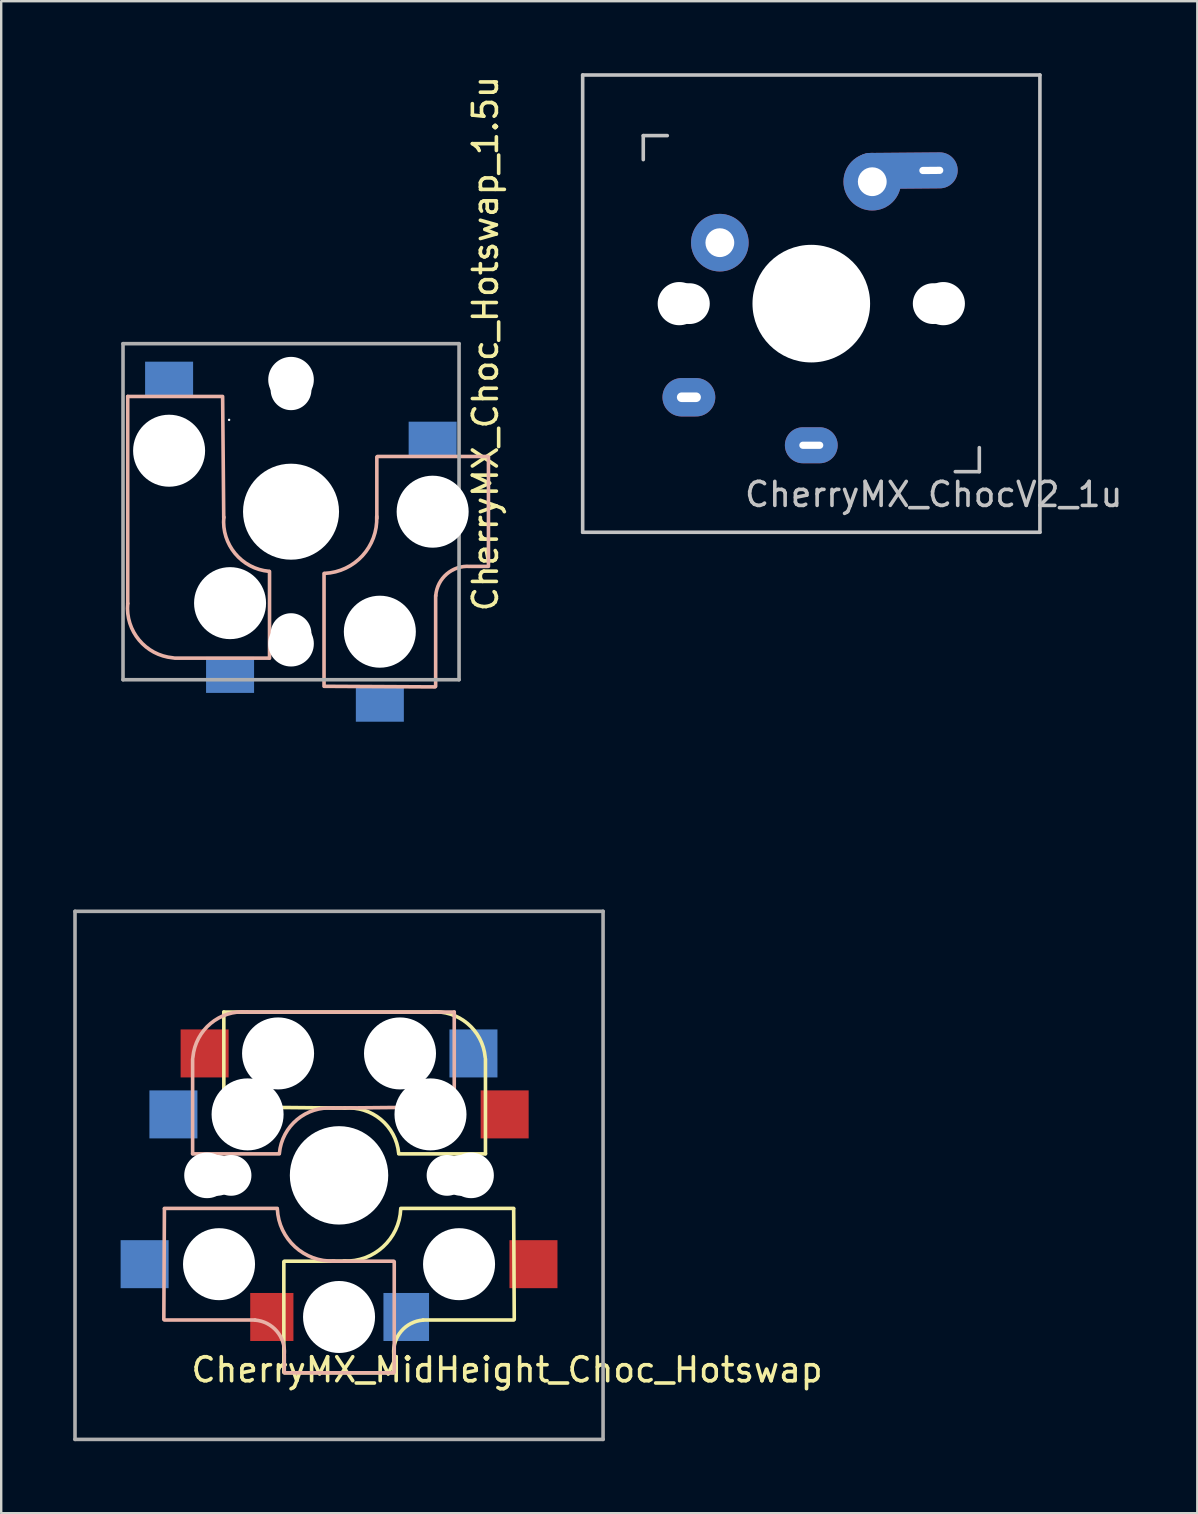
<source format=kicad_pcb>
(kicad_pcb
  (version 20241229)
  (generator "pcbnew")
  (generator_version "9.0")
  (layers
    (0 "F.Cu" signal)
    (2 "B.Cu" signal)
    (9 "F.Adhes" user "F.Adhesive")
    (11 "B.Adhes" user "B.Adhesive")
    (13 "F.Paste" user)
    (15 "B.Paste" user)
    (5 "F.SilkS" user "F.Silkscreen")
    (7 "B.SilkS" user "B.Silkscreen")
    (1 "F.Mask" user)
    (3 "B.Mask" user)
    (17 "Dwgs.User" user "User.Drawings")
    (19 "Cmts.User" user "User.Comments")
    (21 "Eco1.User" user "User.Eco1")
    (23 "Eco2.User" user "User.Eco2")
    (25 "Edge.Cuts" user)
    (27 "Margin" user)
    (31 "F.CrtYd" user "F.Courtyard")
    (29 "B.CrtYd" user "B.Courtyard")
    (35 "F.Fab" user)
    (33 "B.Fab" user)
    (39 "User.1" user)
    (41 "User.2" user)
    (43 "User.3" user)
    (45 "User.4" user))
  (footprint "CherryMX_ChocV2_1u"
    (layer "F.Cu")
    (at 30.75 9.6)
    (property "Reference" "CherryMX_ChocV2_1u" (at 5.1 7.95 180) (layer "Dwgs.User") (effects (font (size 1 1) (thickness 0.15))))
    (attr through_hole)
    (fp_line (start -9.525 -9.525) (end 9.525 -9.525) (stroke (width 0.15) (type solid)) (layer "Dwgs.User"))
    (fp_line (start -9.525 9.525) (end -9.525 -9.525) (stroke (width 0.15) (type solid)) (layer "Dwgs.User"))
    (fp_line (start -7 -7) (end -6 -7) (stroke (width 0.15) (type solid)) (layer "Dwgs.User"))
    (fp_line (start -7 -6) (end -7 -7) (stroke (width 0.15) (type solid)) (layer "Dwgs.User"))
    (fp_line (start 6 7) (end 7 7) (stroke (width 0.15) (type solid)) (layer "Dwgs.User"))
    (fp_line (start 7 7) (end 7 6) (stroke (width 0.15) (type solid)) (layer "Dwgs.User"))
    (fp_line (start 9.525 -9.525) (end 9.525 9.525) (stroke (width 0.15) (type solid)) (layer "Dwgs.User"))
    (fp_line (start 9.525 9.525) (end -9.525 9.525) (stroke (width 0.15) (type solid)) (layer "Dwgs.User"))
    (pad "" np_thru_hole circle (at -5.5 0 90) (size 1.8 1.8) (drill 1.8) (layers "*.Cu" "*.Mask"))
    (pad "" np_thru_hole circle (at -5.08 0) (size 1.7 1.7) (drill 1.7) (layers "*.Cu" "*.Mask"))
    (pad "" np_thru_hole circle (at 0 0 90) (size 4.9 4.9) (drill 4.9) (layers "*.Cu" "*.Mask"))
    (pad "" np_thru_hole circle (at 5.08 0) (size 1.7 1.7) (drill 1.7) (layers "*.Cu" "*.Mask"))
    (pad "" np_thru_hole circle (at 5.5 0 90) (size 1.8 1.8) (drill 1.8) (layers "*.Cu" "*.Mask"))
    (pad "1" thru_hole oval (at -5.1 3.9) (size 2.2 1.6) (drill oval 1 0.4) (layers "*.Cu" "B.Mask"))
    (pad "1" thru_hole circle (at -3.81 -2.54) (size 2.4 2.4) (drill 1.2) (layers "*.Cu" "B.Mask"))
    (pad "2" thru_hole oval (at 0 5.9) (size 2.2 1.5) (drill oval 1 0.3) (layers "*.Cu" "B.Mask"))
    (pad "2" thru_hole circle (at 2.54 -5.08) (size 2.4 2.4) (drill 1.2) (layers "*.Cu" "B.Mask"))
    (pad "2" thru_hole oval (at 5 -5.55 0.5) (size 4.4 1.5) (drill oval 1 0.3 (offset -1.1 0)) (layers "*.Cu" "B.Mask")))
  (footprint "CherryMX_MidHeight_Choc_Hotswap"
    (layer "F.Cu")
    (at 11.075 45.918)
    (property "Reference" "CherryMX_MidHeight_Choc_Hotswap" (at 7 8.1 0) (layer "F.SilkS") (effects (font (size 1 1) (thickness 0.15))))
    (attr through_hole)
    (fp_line (start -4.8 -6.804) (end 3.825 -6.804) (stroke (width 0.15) (type solid)) (layer "F.SilkS"))
    (fp_line (start -4.8 -2.896) (end -4.8 -6.804) (stroke (width 0.15) (type solid)) (layer "F.SilkS"))
    (fp_line (start -4.8 -2.85) (end 0.25 -2.804) (stroke (width 0.15) (type solid)) (layer "F.SilkS"))
    (fp_line (start -2.3 3.6) (end -2.3 8.2) (stroke (width 0.15) (type solid)) (layer "F.SilkS"))
    (fp_line (start -2.275 3.575) (end 0.275 3.575) (stroke (width 0.15) (type solid)) (layer "F.SilkS"))
    (fp_line (start -2.275 8.225) (end 2.275 8.225) (stroke (width 0.15) (type solid)) (layer "F.SilkS"))
    (fp_line (start 2.28 7.5) (end 2.28 8.2) (stroke (width 0.15) (type solid)) (layer "F.SilkS"))
    (fp_line (start 2.575 1.375) (end 7.275 1.375) (stroke (width 0.15) (type solid)) (layer "F.SilkS"))
    (fp_line (start 3.5 6.025) (end 7.275 6.025) (stroke (width 0.15) (type solid)) (layer "F.SilkS"))
    (fp_line (start 6.1 -4.85) (end 6.1 -0.905) (stroke (width 0.15) (type solid)) (layer "F.SilkS"))
    (fp_line (start 6.1 -0.896) (end 2.49 -0.896) (stroke (width 0.15) (type solid)) (layer "F.SilkS"))
    (fp_line (start 7.275 1.4) (end 7.3 6) (stroke (width 0.15) (type solid)) (layer "F.SilkS"))
    (fp_arc (start 0.225 -2.8) (mid 1.744361 -2.328061) (end 2.485 -0.92) (stroke (width 0.15) (type solid)) (layer "F.SilkS"))
    (fp_arc (start 2.28 7.45) (mid 2.595908 6.48733) (end 3.5 6.03) (stroke (width 0.15) (type solid)) (layer "F.SilkS"))
    (fp_arc (start 2.57 1.4) (mid 1.834422 2.975843) (end 0.2 3.57) (stroke (width 0.15) (type solid)) (layer "F.SilkS"))
    (fp_arc (start 3.825 -6.804) (mid 5.347189 -6.33089) (end 6.089 -4.92) (stroke (width 0.15) (type solid)) (layer "F.SilkS"))
    (fp_line (start -7.275 1.4) (end -7.3 6) (stroke (width 0.15) (type solid)) (layer "B.SilkS"))
    (fp_line (start -6.1 -4.85) (end -6.1 -0.905) (stroke (width 0.15) (type solid)) (layer "B.SilkS"))
    (fp_line (start -6.1 -0.896) (end -2.49 -0.896) (stroke (width 0.15) (type solid)) (layer "B.SilkS"))
    (fp_line (start -3.5 6.025) (end -7.275 6.025) (stroke (width 0.15) (type solid)) (layer "B.SilkS"))
    (fp_line (start -2.575 1.375) (end -7.275 1.375) (stroke (width 0.15) (type solid)) (layer "B.SilkS"))
    (fp_line (start -2.28 7.5) (end -2.28 8.2) (stroke (width 0.15) (type solid)) (layer "B.SilkS"))
    (fp_line (start 2.275 3.575) (end -0.275 3.575) (stroke (width 0.15) (type solid)) (layer "B.SilkS"))
    (fp_line (start 2.275 8.225) (end -2.275 8.225) (stroke (width 0.15) (type solid)) (layer "B.SilkS"))
    (fp_line (start 2.3 3.6) (end 2.3 8.2) (stroke (width 0.15) (type solid)) (layer "B.SilkS"))
    (fp_line (start 4.8 -6.804) (end -3.825 -6.804) (stroke (width 0.15) (type solid)) (layer "B.SilkS"))
    (fp_line (start 4.8 -2.896) (end 4.8 -6.804) (stroke (width 0.15) (type solid)) (layer "B.SilkS"))
    (fp_line (start 4.8 -2.85) (end -0.25 -2.804) (stroke (width 0.15) (type solid)) (layer "B.SilkS"))
    (fp_arc (start -6.089 -4.92) (mid -5.347189 -6.33089) (end -3.825 -6.804) (stroke (width 0.15) (type solid)) (layer "B.SilkS"))
    (fp_arc (start -3.5 6.03) (mid -2.595908 6.48733) (end -2.28 7.45) (stroke (width 0.15) (type solid)) (layer "B.SilkS"))
    (fp_arc (start -2.485 -0.92) (mid -1.744361 -2.328061) (end -0.225 -2.8) (stroke (width 0.15) (type solid)) (layer "B.SilkS"))
    (fp_arc (start -0.2 3.57) (mid -1.834422 2.975843) (end -2.57 1.4) (stroke (width 0.15) (type solid)) (layer "B.SilkS"))
    (fp_line (start -9 -9) (end 9 -9) (stroke (width 0.15) (type solid)) (layer "Eco2.User"))
    (fp_line (start -9 9) (end -9 -9) (stroke (width 0.15) (type solid)) (layer "Eco2.User"))
    (fp_line (start -7 -7) (end 7 -7) (stroke (width 0.15) (type solid)) (layer "Eco2.User"))
    (fp_line (start -7 7) (end -7 -7) (stroke (width 0.15) (type solid)) (layer "Eco2.User"))
    (fp_line (start 7 -7) (end 7 7) (stroke (width 0.15) (type solid)) (layer "Eco2.User"))
    (fp_line (start 7 7) (end -7 7) (stroke (width 0.15) (type solid)) (layer "Eco2.User"))
    (fp_line (start 9 -9) (end 9 9) (stroke (width 0.15) (type solid)) (layer "Eco2.User"))
    (fp_line (start 9 9) (end -9 9) (stroke (width 0.15) (type solid)) (layer "Eco2.User"))
    (fp_line (start -11 -11) (end -11 11) (stroke (width 0.15) (type solid)) (layer "F.Fab"))
    (fp_line (start -11 11) (end 11 11) (stroke (width 0.15) (type solid)) (layer "F.Fab"))
    (fp_line (start 11 -11) (end -11 -11) (stroke (width 0.15) (type solid)) (layer "F.Fab"))
    (fp_line (start 11 11) (end 11 -11) (stroke (width 0.15) (type solid)) (layer "F.Fab"))
    (pad "" np_thru_hole circle (at -5.5 0 90) (size 1.9 1.9) (drill 1.9) (layers "*.Cu" "*.Mask"))
    (pad "" np_thru_hole circle (at -5.08 0) (size 1.7 1.7) (drill 1.7) (layers "*.Cu" "*.Mask"))
    (pad "" np_thru_hole circle (at -5 3.7 90) (size 3 3) (drill 3) (layers "*.Cu" "*.Mask"))
    (pad "" np_thru_hole circle (at -4.5 0) (size 1.7 1.7) (drill 1.7) (layers "*.Cu" "*.Mask"))
    (pad "" np_thru_hole circle (at -3.81 -2.54 180) (size 3 3) (drill 3) (layers "*.Cu" "*.Mask"))
    (pad "" np_thru_hole circle (at -2.54 -5.08 180) (size 3 3) (drill 3) (layers "*.Cu" "*.Mask"))
    (pad "" np_thru_hole circle (at 0 0 90) (size 4.1 4.1) (drill 4.1) (layers "*.Cu" "*.Mask"))
    (pad "" np_thru_hole circle (at 0 5.9 90) (size 3 3) (drill 3) (layers "*.Cu" "*.Mask"))
    (pad "" np_thru_hole circle (at 2.54 -5.08 180) (size 3 3) (drill 3) (layers "*.Cu" "*.Mask"))
    (pad "" np_thru_hole circle (at 3.81 -2.54 180) (size 3 3) (drill 3) (layers "*.Cu" "*.Mask"))
    (pad "" np_thru_hole circle (at 4.5 0) (size 1.7 1.7) (drill 1.7) (layers "*.Cu" "*.Mask"))
    (pad "" np_thru_hole circle (at 5 3.7 270) (size 3 3) (drill 3) (layers "*.Cu" "*.Mask"))
    (pad "" np_thru_hole circle (at 5.08 0) (size 1.7 1.7) (drill 1.7) (layers "*.Cu" "*.Mask"))
    (pad "" np_thru_hole circle (at 5.5 0 90) (size 1.9 1.9) (drill 1.9) (layers "*.Cu" "*.Mask"))
    (pad "1" smd rect (at -8.1 3.7 180) (size 2 2) (layers "B.Cu" "B.Mask" "B.Paste"))
    (pad "1" smd rect (at -6.9 -2.54 180) (size 2 2) (layers "B.Cu" "B.Mask" "B.Paste"))
    (pad "1" smd rect (at -5.6 -5.08 180) (size 2 2) (layers "F.Cu" "F.Mask" "F.Paste"))
    (pad "1" smd rect (at 8.1 3.7 180) (size 2 2) (layers "F.Cu" "F.Mask" "F.Paste"))
    (pad "2" smd rect (at -2.8 5.9 180) (size 1.8 2) (layers "F.Cu" "F.Mask" "F.Paste"))
    (pad "2" smd rect (at 2.8 5.9 180) (size 1.9 2) (layers "B.Cu" "B.Mask" "B.Paste"))
    (pad "2" smd rect (at 5.6 -5.08 180) (size 2 2) (layers "B.Cu" "B.Mask" "B.Paste"))
    (pad "2" smd rect (at 6.9 -2.54 180) (size 2 2) (layers "F.Cu" "F.Mask" "F.Paste")))
  (footprint "CherryMX_Choc_Hotswap_1.5u"
    (layer "F.Cu")
    (at 9.075 18.268)
    (property "Reference" "CherryMX_Choc_Hotswap_1.5u" (at 8.1 -7 90) (layer "F.SilkS") (effects (font (size 1 1) (thickness 0.15))))
    (attr through_hole)
    (fp_line (start -6.804 -4.8) (end -6.804 3.825) (stroke (width 0.15) (type solid)) (layer "B.SilkS"))
    (fp_line (start -4.85 6.1) (end -0.905 6.1) (stroke (width 0.15) (type solid)) (layer "B.SilkS"))
    (fp_line (start -2.896 -4.8) (end -6.804 -4.8) (stroke (width 0.15) (type solid)) (layer "B.SilkS"))
    (fp_line (start -2.85 -4.8) (end -2.804 0.25) (stroke (width 0.15) (type solid)) (layer "B.SilkS"))
    (fp_line (start -0.896 6.1) (end -0.896 2.49) (stroke (width 0.15) (type solid)) (layer "B.SilkS"))
    (fp_line (start 1.375 2.575) (end 1.375 7.275) (stroke (width 0.15) (type solid)) (layer "B.SilkS"))
    (fp_line (start 1.4 7.275) (end 6 7.3) (stroke (width 0.15) (type solid)) (layer "B.SilkS"))
    (fp_line (start 3.575 -2.275) (end 3.575 0.275) (stroke (width 0.15) (type solid)) (layer "B.SilkS"))
    (fp_line (start 3.6 -2.3) (end 8.2 -2.3) (stroke (width 0.15) (type solid)) (layer "B.SilkS"))
    (fp_line (start 6.025 3.5) (end 6.025 7.275) (stroke (width 0.15) (type solid)) (layer "B.SilkS"))
    (fp_line (start 7.5 2.28) (end 8.2 2.28) (stroke (width 0.15) (type solid)) (layer "B.SilkS"))
    (fp_line (start 8.225 -2.275) (end 8.225 2.275) (stroke (width 0.15) (type solid)) (layer "B.SilkS"))
    (fp_arc (start -4.92 6.089) (mid -6.33089 5.347189) (end -6.804 3.825) (stroke (width 0.15) (type solid)) (layer "B.SilkS"))
    (fp_arc (start -0.920001 2.485001) (mid -2.328062 1.744361) (end -2.8 0.225) (stroke (width 0.15) (type solid)) (layer "B.SilkS"))
    (fp_arc (start 3.57 0.2) (mid 2.975843 1.834422) (end 1.4 2.57) (stroke (width 0.15) (type solid)) (layer "B.SilkS"))
    (fp_arc (start 6.03 3.5) (mid 6.487329 2.595908) (end 7.449999 2.279999) (stroke (width 0.15) (type solid)) (layer "B.SilkS"))
    (fp_line (start -9 -13.5) (end 9 -13.5) (stroke (width 0.15) (type solid)) (layer "Eco2.User"))
    (fp_line (start -9 13.5) (end -9 -13.5) (stroke (width 0.15) (type solid)) (layer "Eco2.User"))
    (fp_line (start -7 -7) (end 7 -7) (stroke (width 0.15) (type solid)) (layer "Eco2.User"))
    (fp_line (start -7 7) (end -7 -7) (stroke (width 0.15) (type solid)) (layer "Eco2.User"))
    (fp_line (start 7 -7) (end 7 7) (stroke (width 0.15) (type solid)) (layer "Eco2.User"))
    (fp_line (start 7 7) (end -7 7) (stroke (width 0.15) (type solid)) (layer "Eco2.User"))
    (fp_line (start 9 -13.5) (end 9 13.5) (stroke (width 0.15) (type solid)) (layer "Eco2.User"))
    (fp_line (start 9 13.5) (end -9 13.5) (stroke (width 0.15) (type solid)) (layer "Eco2.User"))
    (fp_line (start -7 -7) (end -7 7) (stroke (width 0.15) (type solid)) (layer "F.Fab"))
    (fp_line (start -7 7) (end 7 7) (stroke (width 0.15) (type solid)) (layer "F.Fab"))
    (fp_line (start 7 -7) (end -7 -7) (stroke (width 0.15) (type solid)) (layer "F.Fab"))
    (fp_line (start 7 7) (end 7 -7) (stroke (width 0.15) (type solid)) (layer "F.Fab"))
    (pad "" np_thru_hole circle (at -5.08 -2.54 270) (size 3 3) (drill 3) (layers "*.Cu" "*.Mask"))
    (pad "" np_thru_hole circle (at -2.58 -3.825 270) (size 0.1 0.1) (drill 0.1) (layers "*.Cu" "*.Mask"))
    (pad "" np_thru_hole circle (at -2.58 3.825 270) (size 0.1 0.1) (drill 0.1) (layers "*.Cu" "*.Mask"))
    (pad "" np_thru_hole circle (at -2.54 3.81 270) (size 3 3) (drill 3) (layers "*.Cu" "*.Mask"))
    (pad "" np_thru_hole circle (at 0 -5.5 180) (size 1.9 1.9) (drill 1.9) (layers "*.Cu" "*.Mask"))
    (pad "" np_thru_hole circle (at 0 -5.08 90) (size 1.7 1.7) (drill 1.7) (layers "*.Cu" "*.Mask"))
    (pad "" np_thru_hole circle (at 0 0 180) (size 4 4) (drill 4) (layers "*.Cu" "*.Mask"))
    (pad "" np_thru_hole circle (at 0 5.08 90) (size 1.7 1.7) (drill 1.7) (layers "*.Cu" "*.Mask"))
    (pad "" np_thru_hole circle (at 0 5.5 180) (size 1.9 1.9) (drill 1.9) (layers "*.Cu" "*.Mask"))
    (pad "" np_thru_hole circle (at 3.7 5 180) (size 3 3) (drill 3) (layers "*.Cu" "*.Mask"))
    (pad "" np_thru_hole circle (at 5.9 0 180) (size 3 3) (drill 3) (layers "*.Cu" "*.Mask"))
    (pad "1" smd rect (at -2.54 6.8 270) (size 1.5 2) (layers "B.Cu" "B.Mask" "B.Paste"))
    (pad "1" smd rect (at 3.7 8 270) (size 1.5 2) (layers "B.Cu" "B.Mask" "B.Paste"))
    (pad "2" smd rect (at -5.08 -5.5 270) (size 1.5 2) (layers "B.Cu" "B.Mask" "B.Paste"))
    (pad "2" smd rect (at 5.9 -3 270) (size 1.5 2) (layers "B.Cu" "B.Mask" "B.Paste")))
  (gr_rect
    (start -3 -3)
    (end 46.832 59.993)
    (stroke (width 0.1) (type default))
    (fill no)
    (layer "Edge.Cuts")))
</source>
